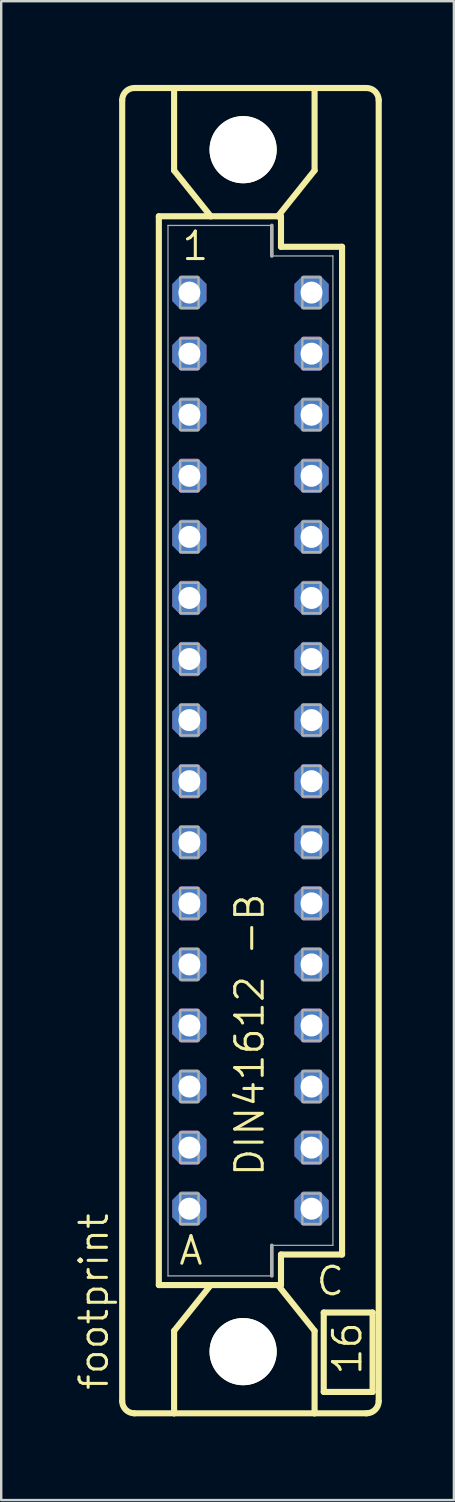
<source format=kicad_pcb>
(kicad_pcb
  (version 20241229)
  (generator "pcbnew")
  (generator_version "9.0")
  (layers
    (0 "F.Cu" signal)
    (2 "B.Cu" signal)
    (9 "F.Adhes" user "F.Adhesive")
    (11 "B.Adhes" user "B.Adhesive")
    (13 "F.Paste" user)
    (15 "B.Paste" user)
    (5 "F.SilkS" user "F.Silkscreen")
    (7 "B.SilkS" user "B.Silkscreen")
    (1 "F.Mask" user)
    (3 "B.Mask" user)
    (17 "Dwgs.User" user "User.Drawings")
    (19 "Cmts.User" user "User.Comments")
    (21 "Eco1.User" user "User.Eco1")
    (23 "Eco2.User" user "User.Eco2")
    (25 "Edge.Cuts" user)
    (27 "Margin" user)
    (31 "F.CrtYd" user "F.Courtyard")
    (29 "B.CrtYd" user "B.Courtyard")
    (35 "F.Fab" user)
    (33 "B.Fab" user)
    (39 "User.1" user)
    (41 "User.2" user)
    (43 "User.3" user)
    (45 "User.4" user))
  (footprint "footprint"
    (layer "F.Cu")
    (at 7.366 28.169)
    (property "Reference" "footprint" (at -5.842 26.67 90) (layer "F.SilkS") (effects (font (size 1.143 1.143) (thickness 0.127)) (justify left bottom)))
    (fp_line (start -5.334 27.051) (end -5.334 -27.051) (stroke (width 0.254) (type solid)) (layer "F.SilkS"))
    (fp_line (start -4.826 -27.559) (end -3.175 -27.559) (stroke (width 0.254) (type solid)) (layer "F.SilkS"))
    (fp_line (start -4.826 27.559) (end -3.175 27.559) (stroke (width 0.254) (type solid)) (layer "F.SilkS"))
    (fp_line (start -3.81 -22.225) (end -3.81 22.225) (stroke (width 0.254) (type solid)) (layer "F.SilkS"))
    (fp_line (start -3.81 22.225) (end -1.651 22.225) (stroke (width 0.254) (type solid)) (layer "F.SilkS"))
    (fp_line (start -3.175 -27.559) (end -3.175 -24.13) (stroke (width 0.254) (type solid)) (layer "F.SilkS"))
    (fp_line (start -3.175 27.559) (end -3.175 24.13) (stroke (width 0.254) (type solid)) (layer "F.SilkS"))
    (fp_line (start -3.175 27.559) (end 2.667 27.559) (stroke (width 0.254) (type solid)) (layer "F.SilkS"))
    (fp_line (start -1.651 -22.225) (end -3.81 -22.225) (stroke (width 0.254) (type solid)) (layer "F.SilkS"))
    (fp_line (start -1.651 -22.225) (end -3.175 -24.13) (stroke (width 0.254) (type solid)) (layer "F.SilkS"))
    (fp_line (start -1.651 22.225) (end -3.175 24.13) (stroke (width 0.254) (type solid)) (layer "F.SilkS"))
    (fp_line (start -1.651 22.225) (end 1.143 22.225) (stroke (width 0.254) (type solid)) (layer "F.SilkS"))
    (fp_line (start 1.143 -22.225) (end -1.651 -22.225) (stroke (width 0.254) (type solid)) (layer "F.SilkS"))
    (fp_line (start 1.143 -22.225) (end 2.667 -24.13) (stroke (width 0.254) (type solid)) (layer "F.SilkS"))
    (fp_line (start 1.143 22.225) (end 1.27 22.225) (stroke (width 0.254) (type solid)) (layer "F.SilkS"))
    (fp_line (start 1.143 22.225) (end 2.667 24.13) (stroke (width 0.254) (type solid)) (layer "F.SilkS"))
    (fp_line (start 1.27 -22.225) (end 1.143 -22.225) (stroke (width 0.254) (type solid)) (layer "F.SilkS"))
    (fp_line (start 1.27 -20.955) (end 1.27 -22.225) (stroke (width 0.254) (type solid)) (layer "F.SilkS"))
    (fp_line (start 1.27 20.955) (end 3.81 20.955) (stroke (width 0.254) (type solid)) (layer "F.SilkS"))
    (fp_line (start 1.27 22.225) (end 1.27 20.955) (stroke (width 0.254) (type solid)) (layer "F.SilkS"))
    (fp_line (start 2.667 -27.559) (end -3.175 -27.559) (stroke (width 0.254) (type solid)) (layer "F.SilkS"))
    (fp_line (start 2.667 -27.559) (end 2.667 -24.13) (stroke (width 0.254) (type solid)) (layer "F.SilkS"))
    (fp_line (start 2.667 27.559) (end 2.667 24.13) (stroke (width 0.254) (type solid)) (layer "F.SilkS"))
    (fp_line (start 2.667 27.559) (end 4.826 27.559) (stroke (width 0.254) (type solid)) (layer "F.SilkS"))
    (fp_line (start 3.048 26.67) (end 3.048 23.368) (stroke (width 0.254) (type solid)) (layer "F.SilkS"))
    (fp_line (start 3.048 26.67) (end 5.08 26.67) (stroke (width 0.254) (type solid)) (layer "F.SilkS"))
    (fp_line (start 3.81 -20.955) (end 1.27 -20.955) (stroke (width 0.254) (type solid)) (layer "F.SilkS"))
    (fp_line (start 3.81 20.955) (end 3.81 -20.955) (stroke (width 0.254) (type solid)) (layer "F.SilkS"))
    (fp_line (start 4.826 -27.559) (end 2.667 -27.559) (stroke (width 0.254) (type solid)) (layer "F.SilkS"))
    (fp_line (start 5.08 23.368) (end 3.048 23.368) (stroke (width 0.254) (type solid)) (layer "F.SilkS"))
    (fp_line (start 5.08 23.368) (end 5.08 26.67) (stroke (width 0.254) (type solid)) (layer "F.SilkS"))
    (fp_line (start 5.334 27.051) (end 5.334 -27.051) (stroke (width 0.254) (type solid)) (layer "F.SilkS"))
    (fp_arc (start -5.334 -27.051) (mid -5.18521 -27.41021) (end -4.826 -27.559) (stroke (width 0.254) (type solid)) (layer "F.SilkS"))
    (fp_arc (start -4.826 27.559) (mid -5.18521 27.41021) (end -5.334 27.051) (stroke (width 0.254) (type solid)) (layer "F.SilkS"))
    (fp_arc (start 4.826 -27.559) (mid 5.18521 -27.41021) (end 5.334 -27.051) (stroke (width 0.254) (type solid)) (layer "F.SilkS"))
    (fp_arc (start 5.334 27.051) (mid 5.18521 27.41021) (end 4.826 27.559) (stroke (width 0.254) (type solid)) (layer "F.SilkS"))
    (fp_circle (center -0.305 -24.994) (end 0.965 -24.994) (stroke (width 0.254) (type solid)) (fill no) (layer "F.SilkS"))
    (fp_circle (center -0.305 24.994) (end 0.965 24.994) (stroke (width 0.254) (type solid)) (fill no) (layer "F.SilkS"))
    (fp_line (start -3.429 -21.844) (end -3.429 21.844) (stroke (width 0.051) (type solid)) (layer "F.Fab"))
    (fp_line (start -3.429 -21.844) (end 0.889 -21.844) (stroke (width 0.051) (type solid)) (layer "F.Fab"))
    (fp_line (start -3.429 21.844) (end 0.889 21.844) (stroke (width 0.051) (type solid)) (layer "F.Fab"))
    (fp_line (start 0.889 -21.844) (end 0.889 -20.574) (stroke (width 0.152) (type solid)) (layer "F.Fab"))
    (fp_line (start 0.889 -20.574) (end 3.429 -20.574) (stroke (width 0.051) (type solid)) (layer "F.Fab"))
    (fp_line (start 0.889 20.574) (end 3.429 20.574) (stroke (width 0.051) (type solid)) (layer "F.Fab"))
    (fp_line (start 0.889 21.844) (end 0.889 20.574) (stroke (width 0.152) (type solid)) (layer "F.Fab"))
    (fp_line (start 3.429 -20.574) (end 3.429 20.574) (stroke (width 0.051) (type solid)) (layer "F.Fab"))
    (fp_poly (pts (xy -2.921 -18.415) (xy -2.159 -18.415) (xy -2.159 -19.685) (xy -2.921 -19.685)) (stroke (width 0.1) (type solid)) (fill no) (layer "F.Fab"))
    (fp_poly (pts (xy -2.921 -15.875) (xy -2.159 -15.875) (xy -2.159 -17.145) (xy -2.921 -17.145)) (stroke (width 0.1) (type solid)) (fill no) (layer "F.Fab"))
    (fp_poly (pts (xy -2.921 -13.335) (xy -2.159 -13.335) (xy -2.159 -14.605) (xy -2.921 -14.605)) (stroke (width 0.1) (type solid)) (fill no) (layer "F.Fab"))
    (fp_poly (pts (xy -2.921 -10.795) (xy -2.159 -10.795) (xy -2.159 -12.065) (xy -2.921 -12.065)) (stroke (width 0.1) (type solid)) (fill no) (layer "F.Fab"))
    (fp_poly (pts (xy -2.921 -8.255) (xy -2.159 -8.255) (xy -2.159 -9.525) (xy -2.921 -9.525)) (stroke (width 0.1) (type solid)) (fill no) (layer "F.Fab"))
    (fp_poly (pts (xy -2.921 -5.715) (xy -2.159 -5.715) (xy -2.159 -6.985) (xy -2.921 -6.985)) (stroke (width 0.1) (type solid)) (fill no) (layer "F.Fab"))
    (fp_poly (pts (xy -2.921 -3.175) (xy -2.159 -3.175) (xy -2.159 -4.445) (xy -2.921 -4.445)) (stroke (width 0.1) (type solid)) (fill no) (layer "F.Fab"))
    (fp_poly (pts (xy -2.921 -0.635) (xy -2.159 -0.635) (xy -2.159 -1.905) (xy -2.921 -1.905)) (stroke (width 0.1) (type solid)) (fill no) (layer "F.Fab"))
    (fp_poly (pts (xy -2.921 1.905) (xy -2.159 1.905) (xy -2.159 0.635) (xy -2.921 0.635)) (stroke (width 0.1) (type solid)) (fill no) (layer "F.Fab"))
    (fp_poly (pts (xy -2.921 4.445) (xy -2.159 4.445) (xy -2.159 3.175) (xy -2.921 3.175)) (stroke (width 0.1) (type solid)) (fill no) (layer "F.Fab"))
    (fp_poly (pts (xy -2.921 6.985) (xy -2.159 6.985) (xy -2.159 5.715) (xy -2.921 5.715)) (stroke (width 0.1) (type solid)) (fill no) (layer "F.Fab"))
    (fp_poly (pts (xy -2.921 9.525) (xy -2.159 9.525) (xy -2.159 8.255) (xy -2.921 8.255)) (stroke (width 0.1) (type solid)) (fill no) (layer "F.Fab"))
    (fp_poly (pts (xy -2.921 12.065) (xy -2.159 12.065) (xy -2.159 10.795) (xy -2.921 10.795)) (stroke (width 0.1) (type solid)) (fill no) (layer "F.Fab"))
    (fp_poly (pts (xy -2.921 14.605) (xy -2.159 14.605) (xy -2.159 13.335) (xy -2.921 13.335)) (stroke (width 0.1) (type solid)) (fill no) (layer "F.Fab"))
    (fp_poly (pts (xy -2.921 17.145) (xy -2.159 17.145) (xy -2.159 15.875) (xy -2.921 15.875)) (stroke (width 0.1) (type solid)) (fill no) (layer "F.Fab"))
    (fp_poly (pts (xy -2.921 19.685) (xy -2.159 19.685) (xy -2.159 18.415) (xy -2.921 18.415)) (stroke (width 0.1) (type solid)) (fill no) (layer "F.Fab"))
    (fp_poly (pts (xy 2.159 -18.415) (xy 2.921 -18.415) (xy 2.921 -19.685) (xy 2.159 -19.685)) (stroke (width 0.1) (type solid)) (fill no) (layer "F.Fab"))
    (fp_poly (pts (xy 2.159 -15.875) (xy 2.921 -15.875) (xy 2.921 -17.145) (xy 2.159 -17.145)) (stroke (width 0.1) (type solid)) (fill no) (layer "F.Fab"))
    (fp_poly (pts (xy 2.159 -13.335) (xy 2.921 -13.335) (xy 2.921 -14.605) (xy 2.159 -14.605)) (stroke (width 0.1) (type solid)) (fill no) (layer "F.Fab"))
    (fp_poly (pts (xy 2.159 -10.795) (xy 2.921 -10.795) (xy 2.921 -12.065) (xy 2.159 -12.065)) (stroke (width 0.1) (type solid)) (fill no) (layer "F.Fab"))
    (fp_poly (pts (xy 2.159 -8.255) (xy 2.921 -8.255) (xy 2.921 -9.525) (xy 2.159 -9.525)) (stroke (width 0.1) (type solid)) (fill no) (layer "F.Fab"))
    (fp_poly (pts (xy 2.159 -5.715) (xy 2.921 -5.715) (xy 2.921 -6.985) (xy 2.159 -6.985)) (stroke (width 0.1) (type solid)) (fill no) (layer "F.Fab"))
    (fp_poly (pts (xy 2.159 -3.175) (xy 2.921 -3.175) (xy 2.921 -4.445) (xy 2.159 -4.445)) (stroke (width 0.1) (type solid)) (fill no) (layer "F.Fab"))
    (fp_poly (pts (xy 2.159 -0.635) (xy 2.921 -0.635) (xy 2.921 -1.905) (xy 2.159 -1.905)) (stroke (width 0.1) (type solid)) (fill no) (layer "F.Fab"))
    (fp_poly (pts (xy 2.159 1.905) (xy 2.921 1.905) (xy 2.921 0.635) (xy 2.159 0.635)) (stroke (width 0.1) (type solid)) (fill no) (layer "F.Fab"))
    (fp_poly (pts (xy 2.159 4.445) (xy 2.921 4.445) (xy 2.921 3.175) (xy 2.159 3.175)) (stroke (width 0.1) (type solid)) (fill no) (layer "F.Fab"))
    (fp_poly (pts (xy 2.159 6.985) (xy 2.921 6.985) (xy 2.921 5.715) (xy 2.159 5.715)) (stroke (width 0.1) (type solid)) (fill no) (layer "F.Fab"))
    (fp_poly (pts (xy 2.159 9.525) (xy 2.921 9.525) (xy 2.921 8.255) (xy 2.159 8.255)) (stroke (width 0.1) (type solid)) (fill no) (layer "F.Fab"))
    (fp_poly (pts (xy 2.159 12.065) (xy 2.921 12.065) (xy 2.921 10.795) (xy 2.159 10.795)) (stroke (width 0.1) (type solid)) (fill no) (layer "F.Fab"))
    (fp_poly (pts (xy 2.159 14.605) (xy 2.921 14.605) (xy 2.921 13.335) (xy 2.159 13.335)) (stroke (width 0.1) (type solid)) (fill no) (layer "F.Fab"))
    (fp_poly (pts (xy 2.159 17.145) (xy 2.921 17.145) (xy 2.921 15.875) (xy 2.159 15.875)) (stroke (width 0.1) (type solid)) (fill no) (layer "F.Fab"))
    (fp_poly (pts (xy 2.159 19.685) (xy 2.921 19.685) (xy 2.921 18.415) (xy 2.159 18.415)) (stroke (width 0.1) (type solid)) (fill no) (layer "F.Fab"))
    (fp_text user "16" (at 4.699 26.035 90) (layer "F.SilkS") (effects (font (size 1.143 1.143) (thickness 0.127)) (justify left bottom)))
    (fp_text user "DIN41612 -B" (at 0.635 17.78 90) (layer "F.SilkS") (effects (font (size 1.143 1.143) (thickness 0.127)) (justify left bottom)))
    (fp_text user "A" (at -3.048 21.463 0) (layer "F.SilkS") (effects (font (size 1.143 1.143) (thickness 0.127)) (justify left bottom)))
    (fp_text user "1" (at -2.921 -20.32 0) (layer "F.SilkS") (effects (font (size 1.143 1.143) (thickness 0.127)) (justify left bottom)))
    (fp_text user "C" (at 2.667 22.733 0) (layer "F.SilkS") (effects (font (size 1.143 1.143) (thickness 0.127)) (justify left bottom)))
    (pad "" np_thru_hole circle (at -0.305 -24.994) (size 2.794 2.794) (drill 2.794) (layers "*.Cu" "*.Mask"))
    (pad "" np_thru_hole circle (at -0.305 24.994) (size 2.794 2.794) (drill 2.794) (layers "*.Cu" "*.Mask"))
    (pad "A1" thru_hole roundrect (at -2.54 -19.05) (size 1.422 1.422) (drill 0.914) (layers "*.Cu" "*.Mask") (roundrect_rratio 0.25) (chamfer_ratio 0.25) (chamfer top_left top_right bottom_left bottom_right))
    (pad "A2" thru_hole roundrect (at -2.54 -16.51) (size 1.422 1.422) (drill 0.914) (layers "*.Cu" "*.Mask") (roundrect_rratio 0.25) (chamfer_ratio 0.25) (chamfer top_left top_right bottom_left bottom_right))
    (pad "A3" thru_hole roundrect (at -2.54 -13.97) (size 1.422 1.422) (drill 0.914) (layers "*.Cu" "*.Mask") (roundrect_rratio 0.25) (chamfer_ratio 0.25) (chamfer top_left top_right bottom_left bottom_right))
    (pad "A4" thru_hole roundrect (at -2.54 -11.43) (size 1.422 1.422) (drill 0.914) (layers "*.Cu" "*.Mask") (roundrect_rratio 0.25) (chamfer_ratio 0.25) (chamfer top_left top_right bottom_left bottom_right))
    (pad "A5" thru_hole roundrect (at -2.54 -8.89) (size 1.422 1.422) (drill 0.914) (layers "*.Cu" "*.Mask") (roundrect_rratio 0.25) (chamfer_ratio 0.25) (chamfer top_left top_right bottom_left bottom_right))
    (pad "A6" thru_hole roundrect (at -2.54 -6.35) (size 1.422 1.422) (drill 0.914) (layers "*.Cu" "*.Mask") (roundrect_rratio 0.25) (chamfer_ratio 0.25) (chamfer top_left top_right bottom_left bottom_right))
    (pad "A7" thru_hole roundrect (at -2.54 -3.81) (size 1.422 1.422) (drill 0.914) (layers "*.Cu" "*.Mask") (roundrect_rratio 0.25) (chamfer_ratio 0.25) (chamfer top_left top_right bottom_left bottom_right))
    (pad "A8" thru_hole roundrect (at -2.54 -1.27) (size 1.422 1.422) (drill 0.914) (layers "*.Cu" "*.Mask") (roundrect_rratio 0.25) (chamfer_ratio 0.25) (chamfer top_left top_right bottom_left bottom_right))
    (pad "A9" thru_hole roundrect (at -2.54 1.27) (size 1.422 1.422) (drill 0.914) (layers "*.Cu" "*.Mask") (roundrect_rratio 0.25) (chamfer_ratio 0.25) (chamfer top_left top_right bottom_left bottom_right))
    (pad "A10" thru_hole roundrect (at -2.54 3.81) (size 1.422 1.422) (drill 0.914) (layers "*.Cu" "*.Mask") (roundrect_rratio 0.25) (chamfer_ratio 0.25) (chamfer top_left top_right bottom_left bottom_right))
    (pad "A11" thru_hole roundrect (at -2.54 6.35) (size 1.422 1.422) (drill 0.914) (layers "*.Cu" "*.Mask") (roundrect_rratio 0.25) (chamfer_ratio 0.25) (chamfer top_left top_right bottom_left bottom_right))
    (pad "A12" thru_hole roundrect (at -2.54 8.89) (size 1.422 1.422) (drill 0.914) (layers "*.Cu" "*.Mask") (roundrect_rratio 0.25) (chamfer_ratio 0.25) (chamfer top_left top_right bottom_left bottom_right))
    (pad "A13" thru_hole roundrect (at -2.54 11.43) (size 1.422 1.422) (drill 0.914) (layers "*.Cu" "*.Mask") (roundrect_rratio 0.25) (chamfer_ratio 0.25) (chamfer top_left top_right bottom_left bottom_right))
    (pad "A14" thru_hole roundrect (at -2.54 13.97) (size 1.422 1.422) (drill 0.914) (layers "*.Cu" "*.Mask") (roundrect_rratio 0.25) (chamfer_ratio 0.25) (chamfer top_left top_right bottom_left bottom_right))
    (pad "A15" thru_hole roundrect (at -2.54 16.51) (size 1.422 1.422) (drill 0.914) (layers "*.Cu" "*.Mask") (roundrect_rratio 0.25) (chamfer_ratio 0.25) (chamfer top_left top_right bottom_left bottom_right))
    (pad "A16" thru_hole roundrect (at -2.54 19.05) (size 1.422 1.422) (drill 0.914) (layers "*.Cu" "*.Mask") (roundrect_rratio 0.25) (chamfer_ratio 0.25) (chamfer top_left top_right bottom_left bottom_right))
    (pad "C1" thru_hole roundrect (at 2.54 -19.05) (size 1.422 1.422) (drill 0.914) (layers "*.Cu" "*.Mask") (roundrect_rratio 0.25) (chamfer_ratio 0.25) (chamfer top_left top_right bottom_left bottom_right))
    (pad "C2" thru_hole roundrect (at 2.54 -16.51) (size 1.422 1.422) (drill 0.914) (layers "*.Cu" "*.Mask") (roundrect_rratio 0.25) (chamfer_ratio 0.25) (chamfer top_left top_right bottom_left bottom_right))
    (pad "C3" thru_hole roundrect (at 2.54 -13.97) (size 1.422 1.422) (drill 0.914) (layers "*.Cu" "*.Mask") (roundrect_rratio 0.25) (chamfer_ratio 0.25) (chamfer top_left top_right bottom_left bottom_right))
    (pad "C4" thru_hole roundrect (at 2.54 -11.43) (size 1.422 1.422) (drill 0.914) (layers "*.Cu" "*.Mask") (roundrect_rratio 0.25) (chamfer_ratio 0.25) (chamfer top_left top_right bottom_left bottom_right))
    (pad "C5" thru_hole roundrect (at 2.54 -8.89) (size 1.422 1.422) (drill 0.914) (layers "*.Cu" "*.Mask") (roundrect_rratio 0.25) (chamfer_ratio 0.25) (chamfer top_left top_right bottom_left bottom_right))
    (pad "C6" thru_hole roundrect (at 2.54 -6.35) (size 1.422 1.422) (drill 0.914) (layers "*.Cu" "*.Mask") (roundrect_rratio 0.25) (chamfer_ratio 0.25) (chamfer top_left top_right bottom_left bottom_right))
    (pad "C7" thru_hole roundrect (at 2.54 -3.81) (size 1.422 1.422) (drill 0.914) (layers "*.Cu" "*.Mask") (roundrect_rratio 0.25) (chamfer_ratio 0.25) (chamfer top_left top_right bottom_left bottom_right))
    (pad "C8" thru_hole roundrect (at 2.54 -1.27) (size 1.422 1.422) (drill 0.914) (layers "*.Cu" "*.Mask") (roundrect_rratio 0.25) (chamfer_ratio 0.25) (chamfer top_left top_right bottom_left bottom_right))
    (pad "C9" thru_hole roundrect (at 2.54 1.27) (size 1.422 1.422) (drill 0.914) (layers "*.Cu" "*.Mask") (roundrect_rratio 0.25) (chamfer_ratio 0.25) (chamfer top_left top_right bottom_left bottom_right))
    (pad "C10" thru_hole roundrect (at 2.54 3.81) (size 1.422 1.422) (drill 0.914) (layers "*.Cu" "*.Mask") (roundrect_rratio 0.25) (chamfer_ratio 0.25) (chamfer top_left top_right bottom_left bottom_right))
    (pad "C11" thru_hole roundrect (at 2.54 6.35) (size 1.422 1.422) (drill 0.914) (layers "*.Cu" "*.Mask") (roundrect_rratio 0.25) (chamfer_ratio 0.25) (chamfer top_left top_right bottom_left bottom_right))
    (pad "C12" thru_hole roundrect (at 2.54 8.89) (size 1.422 1.422) (drill 0.914) (layers "*.Cu" "*.Mask") (roundrect_rratio 0.25) (chamfer_ratio 0.25) (chamfer top_left top_right bottom_left bottom_right))
    (pad "C13" thru_hole roundrect (at 2.54 11.43) (size 1.422 1.422) (drill 0.914) (layers "*.Cu" "*.Mask") (roundrect_rratio 0.25) (chamfer_ratio 0.25) (chamfer top_left top_right bottom_left bottom_right))
    (pad "C14" thru_hole roundrect (at 2.54 13.97) (size 1.422 1.422) (drill 0.914) (layers "*.Cu" "*.Mask") (roundrect_rratio 0.25) (chamfer_ratio 0.25) (chamfer top_left top_right bottom_left bottom_right))
    (pad "C15" thru_hole roundrect (at 2.54 16.51) (size 1.422 1.422) (drill 0.914) (layers "*.Cu" "*.Mask") (roundrect_rratio 0.25) (chamfer_ratio 0.25) (chamfer top_left top_right bottom_left bottom_right))
    (pad "C16" thru_hole roundrect (at 2.54 19.05) (size 1.422 1.422) (drill 0.914) (layers "*.Cu" "*.Mask") (roundrect_rratio 0.25) (chamfer_ratio 0.25) (chamfer top_left top_right bottom_left bottom_right))
    (zone (net_name "") (layers "F.Cu" "B.Cu") (hatch edge 0.508) (connect_pads) (min_thickness 0.254) (filled_areas_thickness no) (keepout (tracks allowed) (vias not_allowed) (pads allowed) (copperpour allowed) (footprints allowed)) (placement (enabled no)) (fill) (polygon (pts (xy 10.236 3.175) (xy 10.188 2.624) (xy 10.045 2.089) (xy 9.811 1.587) (xy 9.493 1.134) (xy 9.102 0.743) (xy 8.649 0.425) (xy 8.147 0.191) (xy 7.613 0.048) (xy 7.061 0) (xy 6.51 0.048) (xy 5.975 0.191) (xy 5.474 0.425) (xy 5.02 0.743) (xy 4.629 1.134) (xy 4.312 1.587) (xy 4.078 2.089) (xy 3.934 2.624) (xy 3.886 3.175) (xy 3.934 3.726) (xy 4.078 4.261) (xy 4.312 4.763) (xy 4.629 5.216) (xy 5.02 5.607) (xy 5.474 5.925) (xy 5.975 6.159) (xy 6.51 6.302) (xy 7.061 6.35) (xy 7.613 6.302) (xy 8.147 6.159) (xy 8.649 5.925) (xy 9.102 5.607) (xy 9.493 5.216) (xy 9.811 4.763) (xy 10.045 4.261) (xy 10.188 3.726))) (polygon (pts (xy 8.458 3.175) (xy 8.437 2.932) (xy 8.374 2.697) (xy 8.271 2.477) (xy 8.131 2.277) (xy 7.959 2.105) (xy 7.76 1.965) (xy 7.539 1.862) (xy 7.304 1.799) (xy 7.061 1.778) (xy 6.819 1.799) (xy 6.583 1.862) (xy 6.363 1.965) (xy 6.163 2.105) (xy 5.991 2.277) (xy 5.851 2.477) (xy 5.748 2.697) (xy 5.685 2.932) (xy 5.664 3.175) (xy 5.685 3.418) (xy 5.748 3.653) (xy 5.851 3.873) (xy 5.991 4.073) (xy 6.163 4.245) (xy 6.363 4.385) (xy 6.583 4.488) (xy 6.819 4.551) (xy 7.061 4.572) (xy 7.304 4.551) (xy 7.539 4.488) (xy 7.76 4.385) (xy 7.959 4.245) (xy 8.131 4.073) (xy 8.271 3.873) (xy 8.374 3.653) (xy 8.437 3.418))))
    (zone (net_name "") (layers "F.Cu" "B.Cu") (hatch edge 0.508) (connect_pads) (min_thickness 0.254) (filled_areas_thickness no) (keepout (tracks allowed) (vias not_allowed) (pads allowed) (copperpour allowed) (footprints allowed)) (placement (enabled no)) (fill) (polygon (pts (xy 10.236 53.162) (xy 10.188 52.611) (xy 10.045 52.076) (xy 9.811 51.575) (xy 9.493 51.121) (xy 9.102 50.73) (xy 8.649 50.413) (xy 8.147 50.179) (xy 7.613 50.035) (xy 7.061 49.987) (xy 6.51 50.035) (xy 5.975 50.179) (xy 5.474 50.413) (xy 5.02 50.73) (xy 4.629 51.121) (xy 4.312 51.575) (xy 4.078 52.076) (xy 3.934 52.611) (xy 3.886 53.162) (xy 3.934 53.714) (xy 4.078 54.248) (xy 4.312 54.75) (xy 4.629 55.203) (xy 5.02 55.594) (xy 5.474 55.912) (xy 5.975 56.146) (xy 6.51 56.289) (xy 7.061 56.337) (xy 7.613 56.289) (xy 8.147 56.146) (xy 8.649 55.912) (xy 9.102 55.594) (xy 9.493 55.203) (xy 9.811 54.75) (xy 10.045 54.248) (xy 10.188 53.714))) (polygon (pts (xy 8.458 53.162) (xy 8.437 52.92) (xy 8.374 52.684) (xy 8.271 52.464) (xy 8.131 52.264) (xy 7.959 52.092) (xy 7.76 51.952) (xy 7.539 51.849) (xy 7.304 51.786) (xy 7.061 51.765) (xy 6.819 51.786) (xy 6.583 51.849) (xy 6.363 51.952) (xy 6.163 52.092) (xy 5.991 52.264) (xy 5.851 52.464) (xy 5.748 52.684) (xy 5.685 52.92) (xy 5.664 53.162) (xy 5.685 53.405) (xy 5.748 53.64) (xy 5.851 53.861) (xy 5.991 54.06) (xy 6.163 54.232) (xy 6.363 54.372) (xy 6.583 54.475) (xy 6.819 54.538) (xy 7.061 54.559) (xy 7.304 54.538) (xy 7.539 54.475) (xy 7.76 54.372) (xy 7.959 54.232) (xy 8.131 54.06) (xy 8.271 53.861) (xy 8.374 53.64) (xy 8.437 53.405))))
    (zone (net_name "") (layer "B.Cu") (hatch edge 0.508) (connect_pads) (min_thickness 0.254) (filled_areas_thickness no) (keepout (tracks not_allowed) (vias not_allowed) (pads not_allowed) (copperpour not_allowed) (footprints allowed)) (placement (enabled no)) (fill) (polygon (pts (xy 10.236 3.175) (xy 10.188 2.624) (xy 10.045 2.089) (xy 9.811 1.587) (xy 9.493 1.134) (xy 9.102 0.743) (xy 8.649 0.425) (xy 8.147 0.191) (xy 7.613 0.048) (xy 7.061 0) (xy 6.51 0.048) (xy 5.975 0.191) (xy 5.474 0.425) (xy 5.02 0.743) (xy 4.629 1.134) (xy 4.312 1.587) (xy 4.078 2.089) (xy 3.934 2.624) (xy 3.886 3.175) (xy 3.934 3.726) (xy 4.078 4.261) (xy 4.312 4.763) (xy 4.629 5.216) (xy 5.02 5.607) (xy 5.474 5.925) (xy 5.975 6.159) (xy 6.51 6.302) (xy 7.061 6.35) (xy 7.613 6.302) (xy 8.147 6.159) (xy 8.649 5.925) (xy 9.102 5.607) (xy 9.493 5.216) (xy 9.811 4.763) (xy 10.045 4.261) (xy 10.188 3.726))) (polygon (pts (xy 8.458 3.175) (xy 8.437 2.932) (xy 8.374 2.697) (xy 8.271 2.477) (xy 8.131 2.277) (xy 7.959 2.105) (xy 7.76 1.965) (xy 7.539 1.862) (xy 7.304 1.799) (xy 7.061 1.778) (xy 6.819 1.799) (xy 6.583 1.862) (xy 6.363 1.965) (xy 6.163 2.105) (xy 5.991 2.277) (xy 5.851 2.477) (xy 5.748 2.697) (xy 5.685 2.932) (xy 5.664 3.175) (xy 5.685 3.418) (xy 5.748 3.653) (xy 5.851 3.873) (xy 5.991 4.073) (xy 6.163 4.245) (xy 6.363 4.385) (xy 6.583 4.488) (xy 6.819 4.551) (xy 7.061 4.572) (xy 7.304 4.551) (xy 7.539 4.488) (xy 7.76 4.385) (xy 7.959 4.245) (xy 8.131 4.073) (xy 8.271 3.873) (xy 8.374 3.653) (xy 8.437 3.418))))
    (zone (net_name "") (layer "B.Cu") (hatch edge 0.508) (connect_pads) (min_thickness 0.254) (filled_areas_thickness no) (keepout (tracks not_allowed) (vias not_allowed) (pads not_allowed) (copperpour not_allowed) (footprints allowed)) (placement (enabled no)) (fill) (polygon (pts (xy 10.236 53.162) (xy 10.188 52.611) (xy 10.045 52.076) (xy 9.811 51.575) (xy 9.493 51.121) (xy 9.102 50.73) (xy 8.649 50.413) (xy 8.147 50.179) (xy 7.613 50.035) (xy 7.061 49.987) (xy 6.51 50.035) (xy 5.975 50.179) (xy 5.474 50.413) (xy 5.02 50.73) (xy 4.629 51.121) (xy 4.312 51.575) (xy 4.078 52.076) (xy 3.934 52.611) (xy 3.886 53.162) (xy 3.934 53.714) (xy 4.078 54.248) (xy 4.312 54.75) (xy 4.629 55.203) (xy 5.02 55.594) (xy 5.474 55.912) (xy 5.975 56.146) (xy 6.51 56.289) (xy 7.061 56.337) (xy 7.613 56.289) (xy 8.147 56.146) (xy 8.649 55.912) (xy 9.102 55.594) (xy 9.493 55.203) (xy 9.811 54.75) (xy 10.045 54.248) (xy 10.188 53.714))) (polygon (pts (xy 8.458 53.162) (xy 8.437 52.92) (xy 8.374 52.684) (xy 8.271 52.464) (xy 8.131 52.264) (xy 7.959 52.092) (xy 7.76 51.952) (xy 7.539 51.849) (xy 7.304 51.786) (xy 7.061 51.765) (xy 6.819 51.786) (xy 6.583 51.849) (xy 6.363 51.952) (xy 6.163 52.092) (xy 5.991 52.264) (xy 5.851 52.464) (xy 5.748 52.684) (xy 5.685 52.92) (xy 5.664 53.162) (xy 5.685 53.405) (xy 5.748 53.64) (xy 5.851 53.861) (xy 5.991 54.06) (xy 6.163 54.232) (xy 6.363 54.372) (xy 6.583 54.475) (xy 6.819 54.538) (xy 7.061 54.559) (xy 7.304 54.538) (xy 7.539 54.475) (xy 7.76 54.372) (xy 7.959 54.232) (xy 8.131 54.06) (xy 8.271 53.861) (xy 8.374 53.64) (xy 8.437 53.405)))))
  (gr_rect
    (start -3 -3)
    (end 15.827 59.337)
    (stroke (width 0.1) (type default))
    (fill no)
    (layer "Edge.Cuts")))
</source>
